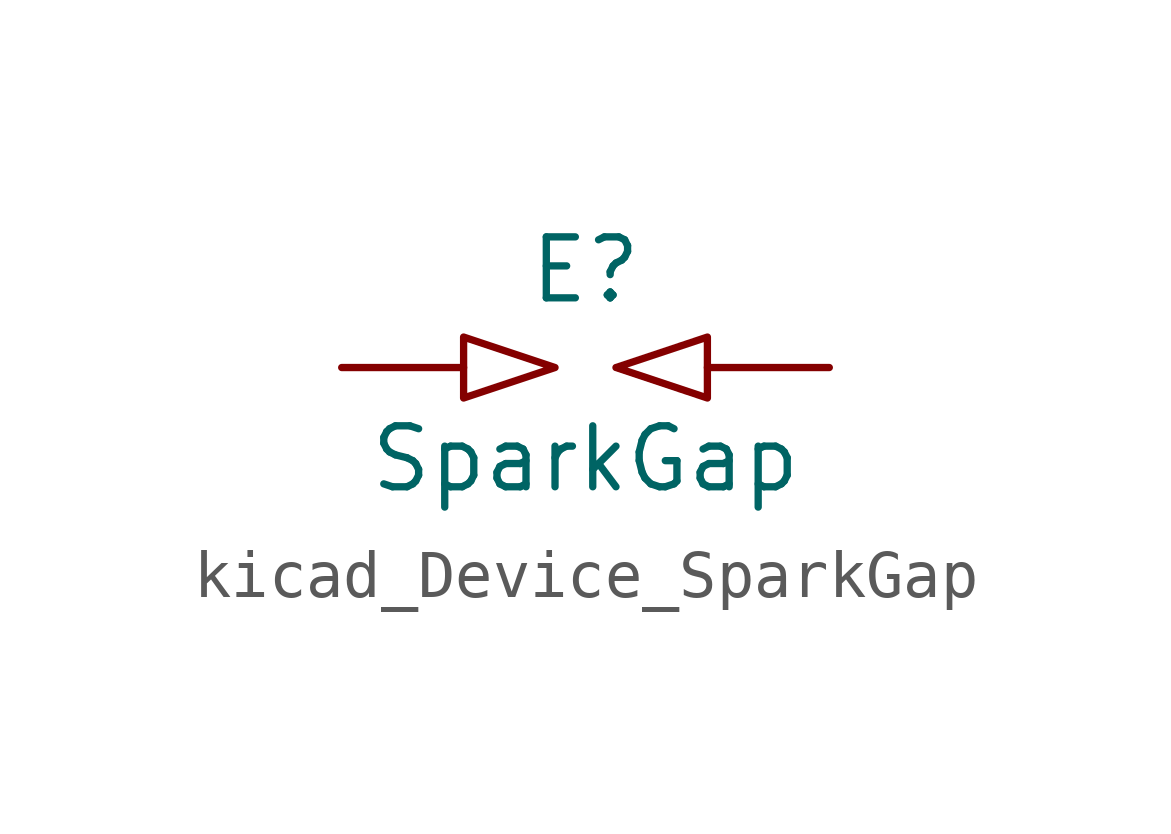
<source format=kicad_sym>
(kicad_symbol_lib
  (version 20220914)
  (generator kicad_symbol_editor)
  (symbol "kicad_Device_SparkGap"
    (pin_numbers hide)
    (pin_names
      (offset 0))
    (property "Reference" "E"
      (at 0 2.032 0)
      (effects (font (size 1.27 1.27))))
    (property "Value" "SparkGap"
      (at 0 -1.905 0)
      (effects (font (size 1.27 1.27))))
    (symbol "kicad_Device_SparkGap_0_1"
      (polyline (pts (xy -2.54 0.635) (xy -2.54 -0.635) (xy -0.635 0) (xy -2.54 0.635)) (stroke (width 0) (type default)) (fill (type none)))
      (polyline (pts (xy 2.54 0.635) (xy 2.54 -0.635) (xy 0.635 0) (xy 2.54 0.635)) (stroke (width 0) (type default)) (fill (type none))))
    (symbol "kicad_Device_SparkGap_1_1"
      (pin passive line (at -5.08 0 0) (length 2.54) (name "~" (effects (font (size 1.27 1.27)))) (number "1" (effects (font (size 1.27 1.27)))))
      (pin passive line (at 5.08 0 180) (length 2.54) (name "~" (effects (font (size 1.27 1.27)))) (number "2" (effects (font (size 1.27 1.27))))))))
</source>
